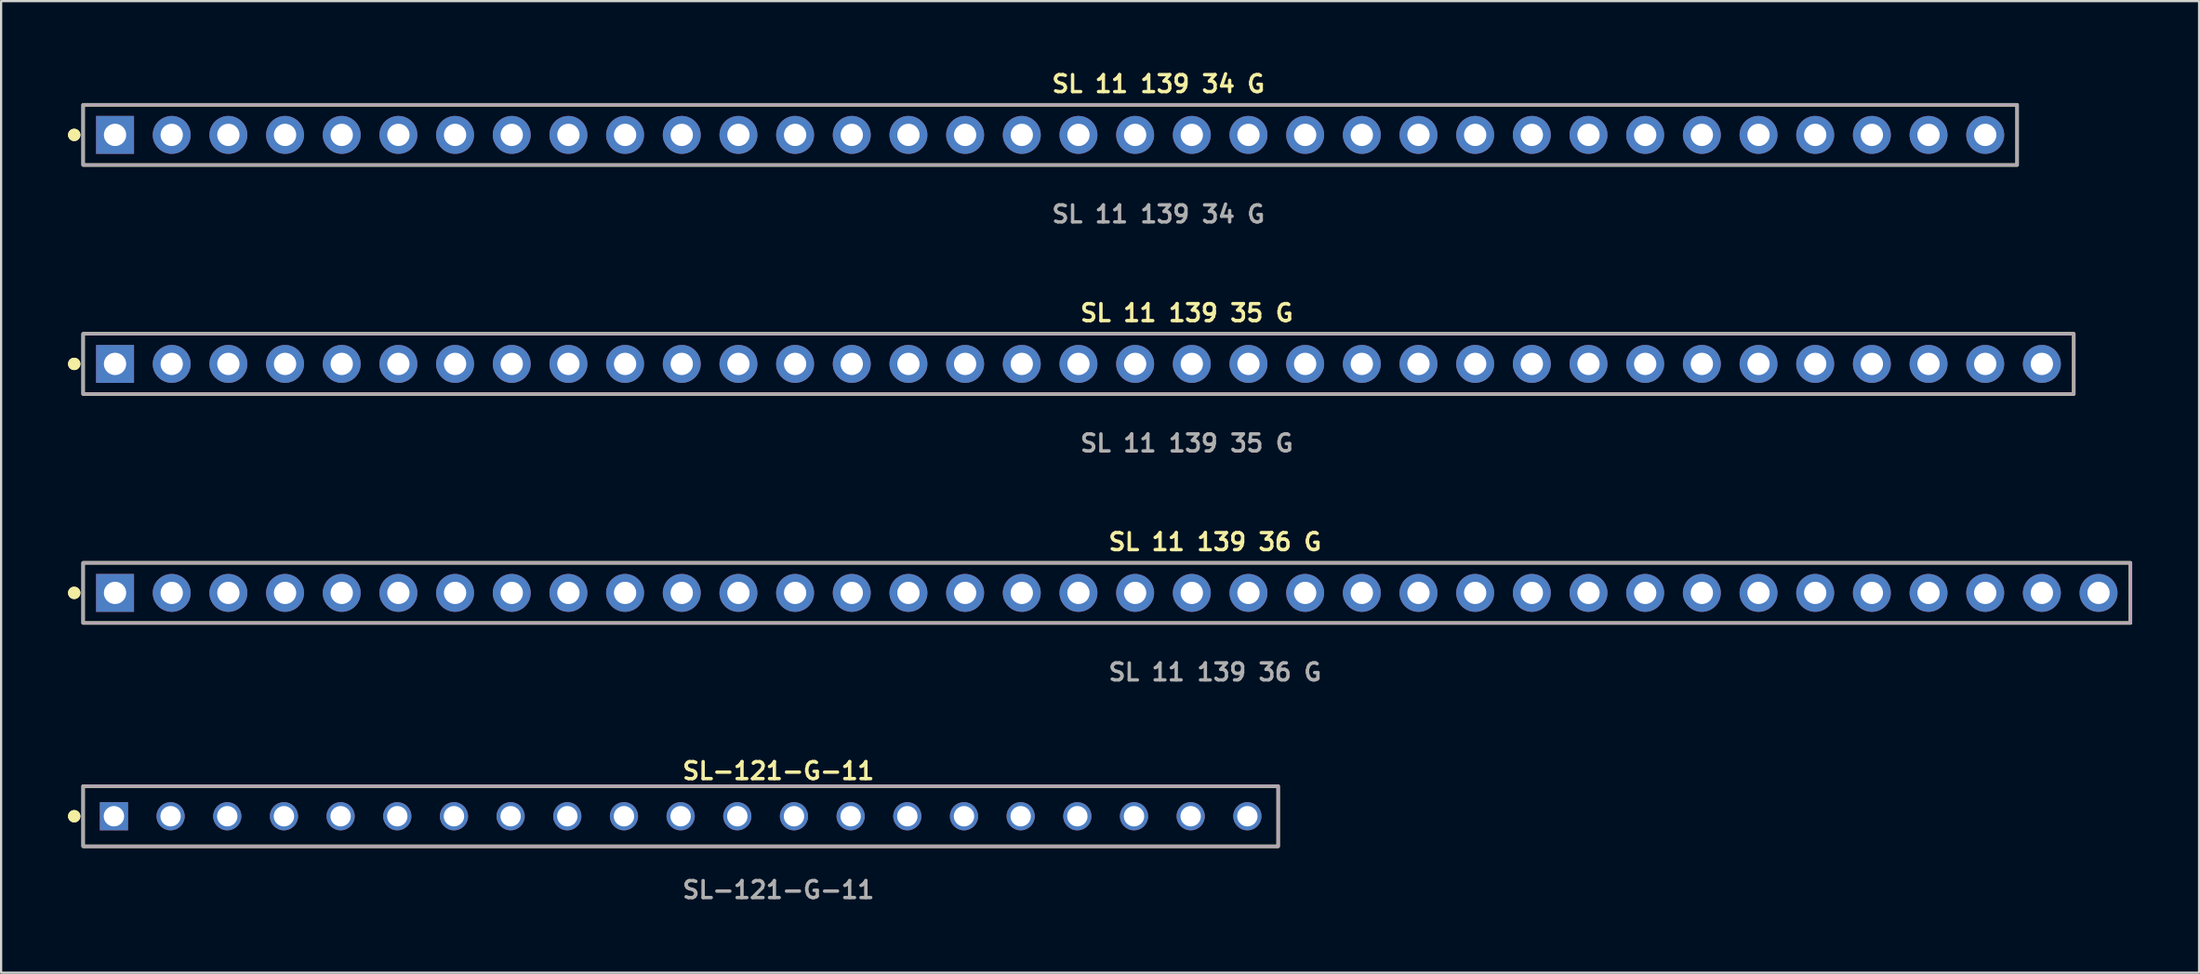
<source format=kicad_pcb>
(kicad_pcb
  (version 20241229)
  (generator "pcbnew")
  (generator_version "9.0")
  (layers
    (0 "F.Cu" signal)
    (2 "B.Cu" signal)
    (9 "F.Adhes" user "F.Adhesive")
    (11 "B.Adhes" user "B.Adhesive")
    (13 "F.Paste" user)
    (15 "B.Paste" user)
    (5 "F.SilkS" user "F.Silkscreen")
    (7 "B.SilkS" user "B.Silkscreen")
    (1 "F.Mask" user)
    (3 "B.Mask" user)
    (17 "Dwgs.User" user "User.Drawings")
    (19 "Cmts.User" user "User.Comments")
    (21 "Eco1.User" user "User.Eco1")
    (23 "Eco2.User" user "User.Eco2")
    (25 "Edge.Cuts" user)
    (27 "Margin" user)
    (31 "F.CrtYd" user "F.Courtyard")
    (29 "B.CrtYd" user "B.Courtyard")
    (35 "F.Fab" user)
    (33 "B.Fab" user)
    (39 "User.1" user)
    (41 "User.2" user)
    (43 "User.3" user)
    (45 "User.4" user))
  (footprint "SL 11 139 36 G"
    (layer "F.Cu")
    (at 46.556 23.536)
    (property "Reference" "SL 11 139 36 G" (at 0 -2.286 0) (unlocked yes) (layer "F.SilkS") (effects (font (size 0.762 0.762) (thickness 0.152)) (justify left)))
    (fp_rect (start -45.88 1.35) (end 45.88 -1.35) (stroke (width 0.152) (type solid)) (fill no) (layer "F.SilkS"))
    (fp_circle (center -46.28 0) (end -46.48 0) (stroke (width 0.152) (type solid)) (fill yes) (layer "F.SilkS"))
    (fp_circle (center -46.28 0) (end -46.48 0) (stroke (width 0.152) (type solid)) (fill yes) (layer "F.SilkS"))
    (fp_rect (start -45.88 1.35) (end 45.88 -1.35) (stroke (width 0.006) (type solid)) (fill no) (layer "F.CrtYd"))
    (fp_rect (start -45.88 1.35) (end 45.88 -1.35) (stroke (width 0.152) (type solid)) (fill no) (layer "F.Fab"))
    (fp_text user "${REFERENCE}" (at 0 3.556 0) (unlocked yes) (layer "F.Fab") (effects (font (size 0.762 0.762) (thickness 0.152)) (justify left)))
    (pad "1" thru_hole rect (at -44.45 0) (size 1.7 1.7) (drill 1) (layers "*.Cu" "*.Mask"))
    (pad "2" thru_hole circle (at -41.91 0) (size 1.7 1.7) (drill 1) (layers "*.Cu" "*.Mask"))
    (pad "3" thru_hole circle (at -39.37 0) (size 1.7 1.7) (drill 1) (layers "*.Cu" "*.Mask"))
    (pad "4" thru_hole circle (at -36.83 0) (size 1.7 1.7) (drill 1) (layers "*.Cu" "*.Mask"))
    (pad "5" thru_hole circle (at -34.29 0) (size 1.7 1.7) (drill 1) (layers "*.Cu" "*.Mask"))
    (pad "6" thru_hole circle (at -31.75 0) (size 1.7 1.7) (drill 1) (layers "*.Cu" "*.Mask"))
    (pad "7" thru_hole circle (at -29.21 0) (size 1.7 1.7) (drill 1) (layers "*.Cu" "*.Mask"))
    (pad "8" thru_hole circle (at -26.67 0) (size 1.7 1.7) (drill 1) (layers "*.Cu" "*.Mask"))
    (pad "9" thru_hole circle (at -24.13 0) (size 1.7 1.7) (drill 1) (layers "*.Cu" "*.Mask"))
    (pad "10" thru_hole circle (at -21.59 0) (size 1.7 1.7) (drill 1) (layers "*.Cu" "*.Mask"))
    (pad "11" thru_hole circle (at -19.05 0) (size 1.7 1.7) (drill 1) (layers "*.Cu" "*.Mask"))
    (pad "12" thru_hole circle (at -16.51 0) (size 1.7 1.7) (drill 1) (layers "*.Cu" "*.Mask"))
    (pad "13" thru_hole circle (at -13.97 0) (size 1.7 1.7) (drill 1) (layers "*.Cu" "*.Mask"))
    (pad "14" thru_hole circle (at -11.43 0) (size 1.7 1.7) (drill 1) (layers "*.Cu" "*.Mask"))
    (pad "15" thru_hole circle (at -8.89 0) (size 1.7 1.7) (drill 1) (layers "*.Cu" "*.Mask"))
    (pad "16" thru_hole circle (at -6.35 0) (size 1.7 1.7) (drill 1) (layers "*.Cu" "*.Mask"))
    (pad "17" thru_hole circle (at -3.81 0) (size 1.7 1.7) (drill 1) (layers "*.Cu" "*.Mask"))
    (pad "18" thru_hole circle (at -1.27 0) (size 1.7 1.7) (drill 1) (layers "*.Cu" "*.Mask"))
    (pad "19" thru_hole circle (at 1.27 0) (size 1.7 1.7) (drill 1) (layers "*.Cu" "*.Mask"))
    (pad "20" thru_hole circle (at 3.81 0) (size 1.7 1.7) (drill 1) (layers "*.Cu" "*.Mask"))
    (pad "21" thru_hole circle (at 6.35 0) (size 1.7 1.7) (drill 1) (layers "*.Cu" "*.Mask"))
    (pad "22" thru_hole circle (at 8.89 0) (size 1.7 1.7) (drill 1) (layers "*.Cu" "*.Mask"))
    (pad "23" thru_hole circle (at 11.43 0) (size 1.7 1.7) (drill 1) (layers "*.Cu" "*.Mask"))
    (pad "24" thru_hole circle (at 13.97 0) (size 1.7 1.7) (drill 1) (layers "*.Cu" "*.Mask"))
    (pad "25" thru_hole circle (at 16.51 0) (size 1.7 1.7) (drill 1) (layers "*.Cu" "*.Mask"))
    (pad "26" thru_hole circle (at 19.05 0) (size 1.7 1.7) (drill 1) (layers "*.Cu" "*.Mask"))
    (pad "27" thru_hole circle (at 21.59 0) (size 1.7 1.7) (drill 1) (layers "*.Cu" "*.Mask"))
    (pad "28" thru_hole circle (at 24.13 0) (size 1.7 1.7) (drill 1) (layers "*.Cu" "*.Mask"))
    (pad "29" thru_hole circle (at 26.67 0) (size 1.7 1.7) (drill 1) (layers "*.Cu" "*.Mask"))
    (pad "30" thru_hole circle (at 29.21 0) (size 1.7 1.7) (drill 1) (layers "*.Cu" "*.Mask"))
    (pad "31" thru_hole circle (at 31.75 0) (size 1.7 1.7) (drill 1) (layers "*.Cu" "*.Mask"))
    (pad "32" thru_hole circle (at 34.29 0) (size 1.7 1.7) (drill 1) (layers "*.Cu" "*.Mask"))
    (pad "33" thru_hole circle (at 36.83 0) (size 1.7 1.7) (drill 1) (layers "*.Cu" "*.Mask"))
    (pad "34" thru_hole circle (at 39.37 0) (size 1.7 1.7) (drill 1) (layers "*.Cu" "*.Mask"))
    (pad "35" thru_hole circle (at 41.91 0) (size 1.7 1.7) (drill 1) (layers "*.Cu" "*.Mask"))
    (pad "36" thru_hole circle (at 44.45 0) (size 1.7 1.7) (drill 1) (layers "*.Cu" "*.Mask")))
  (footprint "SL-121-G-11"
    (layer "F.Cu")
    (at 27.456 33.551)
    (property "Reference" "SL-121-G-11" (at 0 -2.032 0) (unlocked yes) (layer "F.SilkS") (effects (font (size 0.762 0.762) (thickness 0.152)) (justify left)))
    (fp_rect (start -26.78 1.35) (end 26.78 -1.35) (stroke (width 0.152) (type solid)) (fill no) (layer "F.SilkS"))
    (fp_circle (center -27.18 0) (end -27.38 0) (stroke (width 0.152) (type solid)) (fill yes) (layer "F.SilkS"))
    (fp_circle (center -27.18 0) (end -27.38 0) (stroke (width 0.152) (type solid)) (fill yes) (layer "F.SilkS"))
    (fp_rect (start -26.78 1.35) (end 26.78 -1.35) (stroke (width 0.006) (type solid)) (fill no) (layer "F.CrtYd"))
    (fp_rect (start -26.78 1.35) (end 26.78 -1.35) (stroke (width 0.152) (type solid)) (fill no) (layer "F.Fab"))
    (fp_text user "${REFERENCE}" (at 0 3.302 0) (unlocked yes) (layer "F.Fab") (effects (font (size 0.762 0.762) (thickness 0.152)) (justify left)))
    (pad "1" thru_hole rect (at -25.4 0) (size 1.264 1.264) (drill 0.914) (layers "*.Cu" "*.Mask"))
    (pad "2" thru_hole circle (at -22.86 0) (size 1.264 1.264) (drill 0.914) (layers "*.Cu" "*.Mask"))
    (pad "3" thru_hole circle (at -20.32 0) (size 1.264 1.264) (drill 0.914) (layers "*.Cu" "*.Mask"))
    (pad "4" thru_hole circle (at -17.78 0) (size 1.264 1.264) (drill 0.914) (layers "*.Cu" "*.Mask"))
    (pad "5" thru_hole circle (at -15.24 0) (size 1.264 1.264) (drill 0.914) (layers "*.Cu" "*.Mask"))
    (pad "6" thru_hole circle (at -12.7 0) (size 1.264 1.264) (drill 0.914) (layers "*.Cu" "*.Mask"))
    (pad "7" thru_hole circle (at -10.16 0) (size 1.264 1.264) (drill 0.914) (layers "*.Cu" "*.Mask"))
    (pad "8" thru_hole circle (at -7.62 0) (size 1.264 1.264) (drill 0.914) (layers "*.Cu" "*.Mask"))
    (pad "9" thru_hole circle (at -5.08 0) (size 1.264 1.264) (drill 0.914) (layers "*.Cu" "*.Mask"))
    (pad "10" thru_hole circle (at -2.54 0) (size 1.264 1.264) (drill 0.914) (layers "*.Cu" "*.Mask"))
    (pad "11" thru_hole circle (at 0 0) (size 1.264 1.264) (drill 0.914) (layers "*.Cu" "*.Mask"))
    (pad "12" thru_hole circle (at 2.54 0) (size 1.264 1.264) (drill 0.914) (layers "*.Cu" "*.Mask"))
    (pad "13" thru_hole circle (at 5.08 0) (size 1.264 1.264) (drill 0.914) (layers "*.Cu" "*.Mask"))
    (pad "14" thru_hole circle (at 7.62 0) (size 1.264 1.264) (drill 0.914) (layers "*.Cu" "*.Mask"))
    (pad "15" thru_hole circle (at 10.16 0) (size 1.264 1.264) (drill 0.914) (layers "*.Cu" "*.Mask"))
    (pad "16" thru_hole circle (at 12.7 0) (size 1.264 1.264) (drill 0.914) (layers "*.Cu" "*.Mask"))
    (pad "17" thru_hole circle (at 15.24 0) (size 1.264 1.264) (drill 0.914) (layers "*.Cu" "*.Mask"))
    (pad "18" thru_hole circle (at 17.78 0) (size 1.264 1.264) (drill 0.914) (layers "*.Cu" "*.Mask"))
    (pad "19" thru_hole circle (at 20.32 0) (size 1.264 1.264) (drill 0.914) (layers "*.Cu" "*.Mask"))
    (pad "20" thru_hole circle (at 22.86 0) (size 1.264 1.264) (drill 0.914) (layers "*.Cu" "*.Mask"))
    (pad "21" thru_hole circle (at 25.4 0) (size 1.264 1.264) (drill 0.914) (layers "*.Cu" "*.Mask")))
  (footprint "SL 11 139 35 G"
    (layer "F.Cu")
    (at 45.286 13.268)
    (property "Reference" "SL 11 139 35 G" (at 0 -2.286 0) (unlocked yes) (layer "F.SilkS") (effects (font (size 0.762 0.762) (thickness 0.152)) (justify left)))
    (fp_rect (start -44.61 1.35) (end 44.61 -1.35) (stroke (width 0.152) (type solid)) (fill no) (layer "F.SilkS"))
    (fp_circle (center -45.01 0) (end -45.21 0) (stroke (width 0.152) (type solid)) (fill yes) (layer "F.SilkS"))
    (fp_circle (center -45.01 0) (end -45.21 0) (stroke (width 0.152) (type solid)) (fill yes) (layer "F.SilkS"))
    (fp_rect (start -44.61 1.35) (end 44.61 -1.35) (stroke (width 0.006) (type solid)) (fill no) (layer "F.CrtYd"))
    (fp_rect (start -44.61 1.35) (end 44.61 -1.35) (stroke (width 0.152) (type solid)) (fill no) (layer "F.Fab"))
    (fp_text user "${REFERENCE}" (at 0 3.556 0) (unlocked yes) (layer "F.Fab") (effects (font (size 0.762 0.762) (thickness 0.152)) (justify left)))
    (pad "1" thru_hole rect (at -43.18 0) (size 1.7 1.7) (drill 1) (layers "*.Cu" "*.Mask"))
    (pad "2" thru_hole circle (at -40.64 0) (size 1.7 1.7) (drill 1) (layers "*.Cu" "*.Mask"))
    (pad "3" thru_hole circle (at -38.1 0) (size 1.7 1.7) (drill 1) (layers "*.Cu" "*.Mask"))
    (pad "4" thru_hole circle (at -35.56 0) (size 1.7 1.7) (drill 1) (layers "*.Cu" "*.Mask"))
    (pad "5" thru_hole circle (at -33.02 0) (size 1.7 1.7) (drill 1) (layers "*.Cu" "*.Mask"))
    (pad "6" thru_hole circle (at -30.48 0) (size 1.7 1.7) (drill 1) (layers "*.Cu" "*.Mask"))
    (pad "7" thru_hole circle (at -27.94 0) (size 1.7 1.7) (drill 1) (layers "*.Cu" "*.Mask"))
    (pad "8" thru_hole circle (at -25.4 0) (size 1.7 1.7) (drill 1) (layers "*.Cu" "*.Mask"))
    (pad "9" thru_hole circle (at -22.86 0) (size 1.7 1.7) (drill 1) (layers "*.Cu" "*.Mask"))
    (pad "10" thru_hole circle (at -20.32 0) (size 1.7 1.7) (drill 1) (layers "*.Cu" "*.Mask"))
    (pad "11" thru_hole circle (at -17.78 0) (size 1.7 1.7) (drill 1) (layers "*.Cu" "*.Mask"))
    (pad "12" thru_hole circle (at -15.24 0) (size 1.7 1.7) (drill 1) (layers "*.Cu" "*.Mask"))
    (pad "13" thru_hole circle (at -12.7 0) (size 1.7 1.7) (drill 1) (layers "*.Cu" "*.Mask"))
    (pad "14" thru_hole circle (at -10.16 0) (size 1.7 1.7) (drill 1) (layers "*.Cu" "*.Mask"))
    (pad "15" thru_hole circle (at -7.62 0) (size 1.7 1.7) (drill 1) (layers "*.Cu" "*.Mask"))
    (pad "16" thru_hole circle (at -5.08 0) (size 1.7 1.7) (drill 1) (layers "*.Cu" "*.Mask"))
    (pad "17" thru_hole circle (at -2.54 0) (size 1.7 1.7) (drill 1) (layers "*.Cu" "*.Mask"))
    (pad "18" thru_hole circle (at 0 0) (size 1.7 1.7) (drill 1) (layers "*.Cu" "*.Mask"))
    (pad "19" thru_hole circle (at 2.54 0) (size 1.7 1.7) (drill 1) (layers "*.Cu" "*.Mask"))
    (pad "20" thru_hole circle (at 5.08 0) (size 1.7 1.7) (drill 1) (layers "*.Cu" "*.Mask"))
    (pad "21" thru_hole circle (at 7.62 0) (size 1.7 1.7) (drill 1) (layers "*.Cu" "*.Mask"))
    (pad "22" thru_hole circle (at 10.16 0) (size 1.7 1.7) (drill 1) (layers "*.Cu" "*.Mask"))
    (pad "23" thru_hole circle (at 12.7 0) (size 1.7 1.7) (drill 1) (layers "*.Cu" "*.Mask"))
    (pad "24" thru_hole circle (at 15.24 0) (size 1.7 1.7) (drill 1) (layers "*.Cu" "*.Mask"))
    (pad "25" thru_hole circle (at 17.78 0) (size 1.7 1.7) (drill 1) (layers "*.Cu" "*.Mask"))
    (pad "26" thru_hole circle (at 20.32 0) (size 1.7 1.7) (drill 1) (layers "*.Cu" "*.Mask"))
    (pad "27" thru_hole circle (at 22.86 0) (size 1.7 1.7) (drill 1) (layers "*.Cu" "*.Mask"))
    (pad "28" thru_hole circle (at 25.4 0) (size 1.7 1.7) (drill 1) (layers "*.Cu" "*.Mask"))
    (pad "29" thru_hole circle (at 27.94 0) (size 1.7 1.7) (drill 1) (layers "*.Cu" "*.Mask"))
    (pad "30" thru_hole circle (at 30.48 0) (size 1.7 1.7) (drill 1) (layers "*.Cu" "*.Mask"))
    (pad "31" thru_hole circle (at 33.02 0) (size 1.7 1.7) (drill 1) (layers "*.Cu" "*.Mask"))
    (pad "32" thru_hole circle (at 35.56 0) (size 1.7 1.7) (drill 1) (layers "*.Cu" "*.Mask"))
    (pad "33" thru_hole circle (at 38.1 0) (size 1.7 1.7) (drill 1) (layers "*.Cu" "*.Mask"))
    (pad "34" thru_hole circle (at 40.64 0) (size 1.7 1.7) (drill 1) (layers "*.Cu" "*.Mask"))
    (pad "35" thru_hole circle (at 43.18 0) (size 1.7 1.7) (drill 1) (layers "*.Cu" "*.Mask")))
  (footprint "SL 11 139 34 G"
    (layer "F.Cu")
    (at 44.016 2.999)
    (property "Reference" "SL 11 139 34 G" (at 0 -2.286 0) (unlocked yes) (layer "F.SilkS") (effects (font (size 0.762 0.762) (thickness 0.152)) (justify left)))
    (fp_rect (start -43.34 1.35) (end 43.34 -1.35) (stroke (width 0.152) (type solid)) (fill no) (layer "F.SilkS"))
    (fp_circle (center -43.74 0) (end -43.94 0) (stroke (width 0.152) (type solid)) (fill yes) (layer "F.SilkS"))
    (fp_circle (center -43.74 0) (end -43.94 0) (stroke (width 0.152) (type solid)) (fill yes) (layer "F.SilkS"))
    (fp_rect (start -43.34 1.35) (end 43.34 -1.35) (stroke (width 0.006) (type solid)) (fill no) (layer "F.CrtYd"))
    (fp_rect (start -43.34 1.35) (end 43.34 -1.35) (stroke (width 0.152) (type solid)) (fill no) (layer "F.Fab"))
    (fp_text user "${REFERENCE}" (at 0 3.556 0) (unlocked yes) (layer "F.Fab") (effects (font (size 0.762 0.762) (thickness 0.152)) (justify left)))
    (pad "1" thru_hole rect (at -41.91 0) (size 1.7 1.7) (drill 1) (layers "*.Cu" "*.Mask"))
    (pad "2" thru_hole circle (at -39.37 0) (size 1.7 1.7) (drill 1) (layers "*.Cu" "*.Mask"))
    (pad "3" thru_hole circle (at -36.83 0) (size 1.7 1.7) (drill 1) (layers "*.Cu" "*.Mask"))
    (pad "4" thru_hole circle (at -34.29 0) (size 1.7 1.7) (drill 1) (layers "*.Cu" "*.Mask"))
    (pad "5" thru_hole circle (at -31.75 0) (size 1.7 1.7) (drill 1) (layers "*.Cu" "*.Mask"))
    (pad "6" thru_hole circle (at -29.21 0) (size 1.7 1.7) (drill 1) (layers "*.Cu" "*.Mask"))
    (pad "7" thru_hole circle (at -26.67 0) (size 1.7 1.7) (drill 1) (layers "*.Cu" "*.Mask"))
    (pad "8" thru_hole circle (at -24.13 0) (size 1.7 1.7) (drill 1) (layers "*.Cu" "*.Mask"))
    (pad "9" thru_hole circle (at -21.59 0) (size 1.7 1.7) (drill 1) (layers "*.Cu" "*.Mask"))
    (pad "10" thru_hole circle (at -19.05 0) (size 1.7 1.7) (drill 1) (layers "*.Cu" "*.Mask"))
    (pad "11" thru_hole circle (at -16.51 0) (size 1.7 1.7) (drill 1) (layers "*.Cu" "*.Mask"))
    (pad "12" thru_hole circle (at -13.97 0) (size 1.7 1.7) (drill 1) (layers "*.Cu" "*.Mask"))
    (pad "13" thru_hole circle (at -11.43 0) (size 1.7 1.7) (drill 1) (layers "*.Cu" "*.Mask"))
    (pad "14" thru_hole circle (at -8.89 0) (size 1.7 1.7) (drill 1) (layers "*.Cu" "*.Mask"))
    (pad "15" thru_hole circle (at -6.35 0) (size 1.7 1.7) (drill 1) (layers "*.Cu" "*.Mask"))
    (pad "16" thru_hole circle (at -3.81 0) (size 1.7 1.7) (drill 1) (layers "*.Cu" "*.Mask"))
    (pad "17" thru_hole circle (at -1.27 0) (size 1.7 1.7) (drill 1) (layers "*.Cu" "*.Mask"))
    (pad "18" thru_hole circle (at 1.27 0) (size 1.7 1.7) (drill 1) (layers "*.Cu" "*.Mask"))
    (pad "19" thru_hole circle (at 3.81 0) (size 1.7 1.7) (drill 1) (layers "*.Cu" "*.Mask"))
    (pad "20" thru_hole circle (at 6.35 0) (size 1.7 1.7) (drill 1) (layers "*.Cu" "*.Mask"))
    (pad "21" thru_hole circle (at 8.89 0) (size 1.7 1.7) (drill 1) (layers "*.Cu" "*.Mask"))
    (pad "22" thru_hole circle (at 11.43 0) (size 1.7 1.7) (drill 1) (layers "*.Cu" "*.Mask"))
    (pad "23" thru_hole circle (at 13.97 0) (size 1.7 1.7) (drill 1) (layers "*.Cu" "*.Mask"))
    (pad "24" thru_hole circle (at 16.51 0) (size 1.7 1.7) (drill 1) (layers "*.Cu" "*.Mask"))
    (pad "25" thru_hole circle (at 19.05 0) (size 1.7 1.7) (drill 1) (layers "*.Cu" "*.Mask"))
    (pad "26" thru_hole circle (at 21.59 0) (size 1.7 1.7) (drill 1) (layers "*.Cu" "*.Mask"))
    (pad "27" thru_hole circle (at 24.13 0) (size 1.7 1.7) (drill 1) (layers "*.Cu" "*.Mask"))
    (pad "28" thru_hole circle (at 26.67 0) (size 1.7 1.7) (drill 1) (layers "*.Cu" "*.Mask"))
    (pad "29" thru_hole circle (at 29.21 0) (size 1.7 1.7) (drill 1) (layers "*.Cu" "*.Mask"))
    (pad "30" thru_hole circle (at 31.75 0) (size 1.7 1.7) (drill 1) (layers "*.Cu" "*.Mask"))
    (pad "31" thru_hole circle (at 34.29 0) (size 1.7 1.7) (drill 1) (layers "*.Cu" "*.Mask"))
    (pad "32" thru_hole circle (at 36.83 0) (size 1.7 1.7) (drill 1) (layers "*.Cu" "*.Mask"))
    (pad "33" thru_hole circle (at 39.37 0) (size 1.7 1.7) (drill 1) (layers "*.Cu" "*.Mask"))
    (pad "34" thru_hole circle (at 41.91 0) (size 1.7 1.7) (drill 1) (layers "*.Cu" "*.Mask")))
  (gr_rect
    (start -3 -3)
    (end 95.512 40.566)
    (stroke (width 0.1) (type default))
    (fill no)
    (layer "Edge.Cuts")))
</source>
